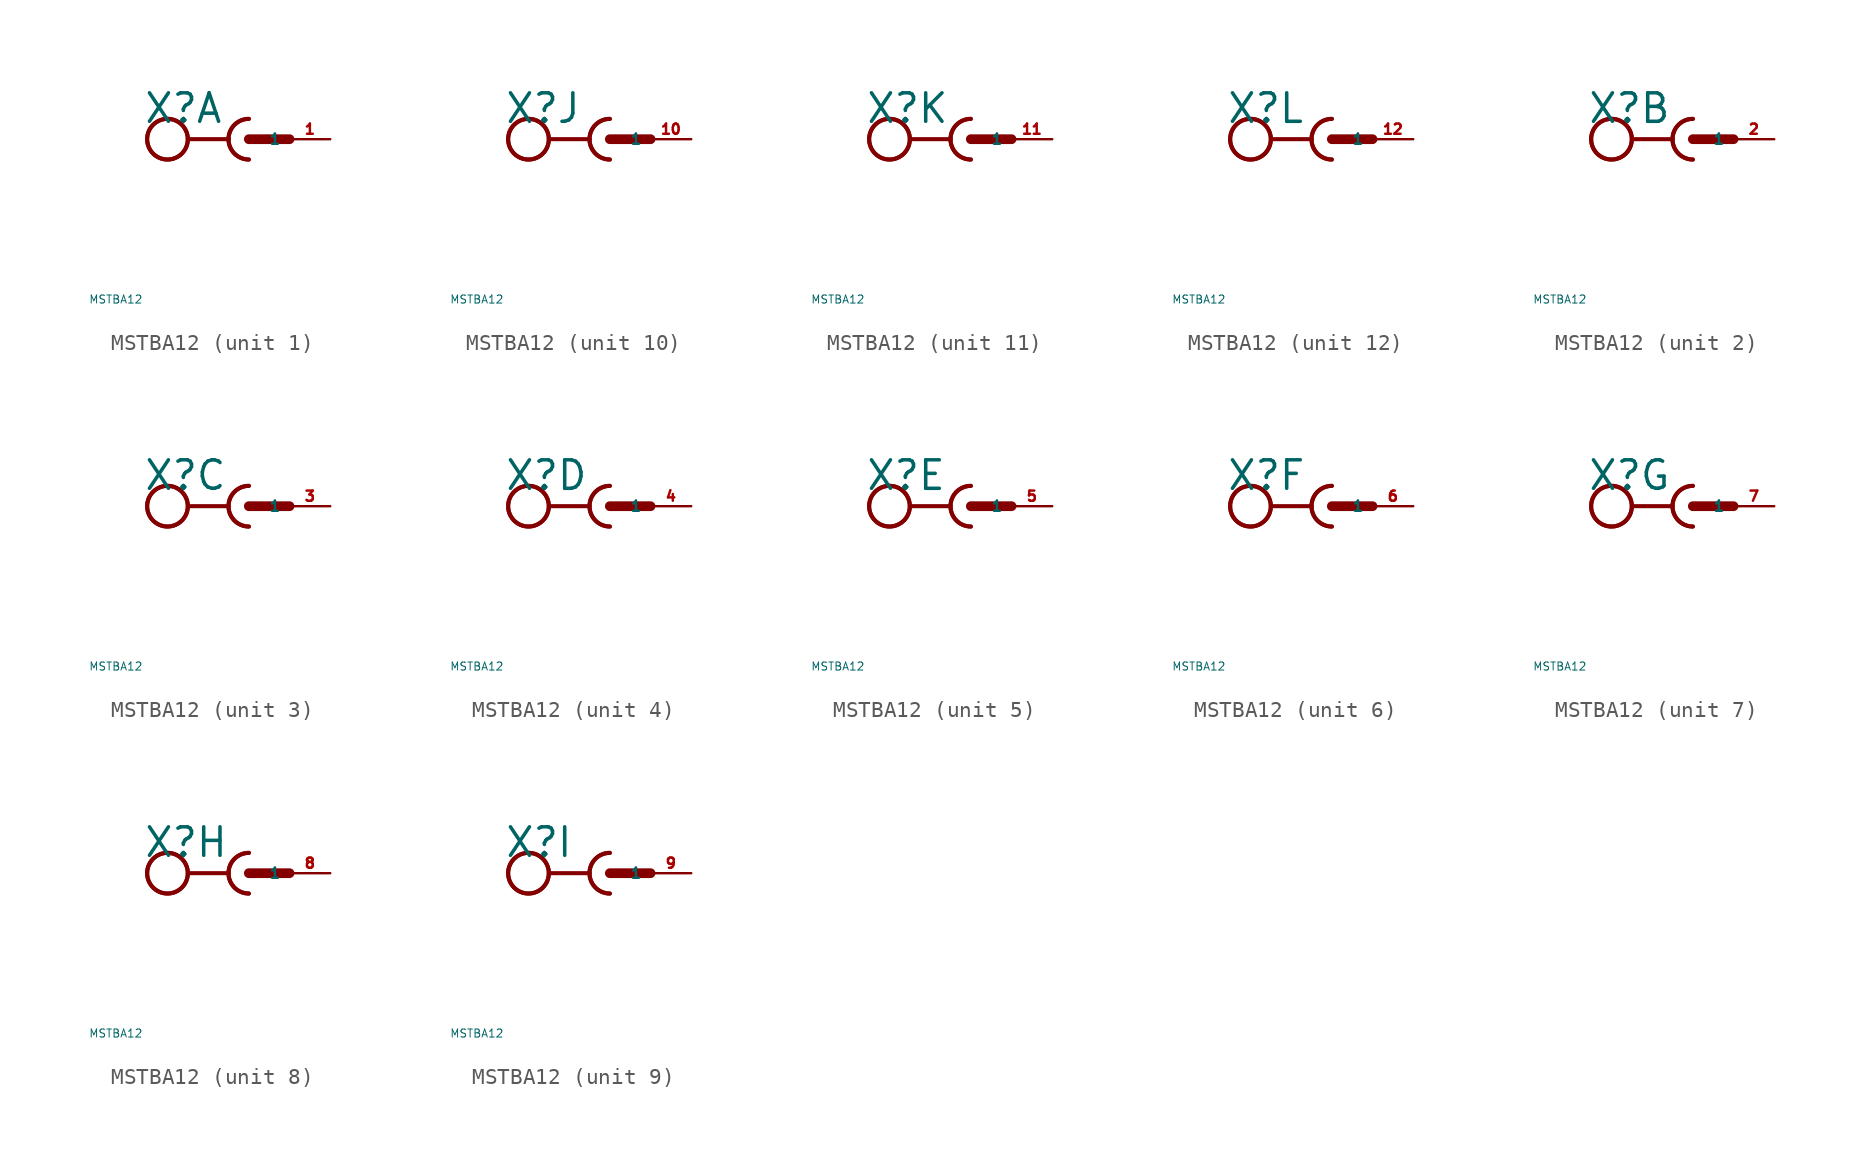
<source format=kicad_sym>
(kicad_symbol_lib
  (version 20220914)
  (generator Eagle2Kicad)
  (symbol "MSTBA12"
    (property "Reference" "X"
      (at -6.604 0.889 0)
      (effects (font (size 1.778 1.778) (thickness 0.22)) (justify left bottom)))
    (property "Value" "MSTBA12"
      (at -10 -10 0)
      (effects (font (size 0.5 0.5) (thickness 0.06)) (justify left)))
    (symbol "MSTBA12_1_0"
      (arc (start -1.27 0) (mid -0.898 -0.898) (end 0 -1.27) (stroke (width 0.254) (type default)) (fill (type none)))
      (arc (start 0 1.27) (mid -0.898 0.898) (end -1.27 0) (stroke (width 0.254) (type default)) (fill (type none)))
      (polyline (pts (xy -3.81 0) (xy -1.27 0)) (stroke (width 0.254) (type default)) (fill (type none)))
      (arc (start 0 1.27) (mid -1.270 0.000) (end 0 -1.27) (stroke (width 0.254) (type default)) (fill (type none)))
      (polyline (pts (xy 0 0) (xy 2.54 0)) (stroke (width 0.61) (type default)) (fill (type none)))
      (circle (center -5.08 0) (radius 1.27) (stroke (width 0.254) (type default)) (fill (type none)))
      (circle (center -5.08 0) (radius 1.27) (stroke (width 0.254) (type default)) (fill (type none)))
      (pin passive line (at 5.08 0 180) (length 2.54) (name "1" (effects (font (size 0.635 0.635) (thickness 0.08)) (justify left bottom))) (number "1" (effects (font (size 0.635 0.635) (thickness 0.08)) (justify left bottom)))))
    (symbol "MSTBA12_2_0"
      (arc (start -1.27 0) (mid -0.898 -0.898) (end 0 -1.27) (stroke (width 0.254) (type default)) (fill (type none)))
      (arc (start 0 1.27) (mid -0.898 0.898) (end -1.27 0) (stroke (width 0.254) (type default)) (fill (type none)))
      (polyline (pts (xy -3.81 0) (xy -1.27 0)) (stroke (width 0.254) (type default)) (fill (type none)))
      (arc (start 0 1.27) (mid -1.270 0.000) (end 0 -1.27) (stroke (width 0.254) (type default)) (fill (type none)))
      (polyline (pts (xy 0 0) (xy 2.54 0)) (stroke (width 0.61) (type default)) (fill (type none)))
      (circle (center -5.08 0) (radius 1.27) (stroke (width 0.254) (type default)) (fill (type none)))
      (circle (center -5.08 0) (radius 1.27) (stroke (width 0.254) (type default)) (fill (type none)))
      (pin passive line (at 5.08 0 180) (length 2.54) (name "1" (effects (font (size 0.635 0.635) (thickness 0.08)) (justify left bottom))) (number "2" (effects (font (size 0.635 0.635) (thickness 0.08)) (justify left bottom)))))
    (symbol "MSTBA12_3_0"
      (arc (start -1.27 0) (mid -0.898 -0.898) (end 0 -1.27) (stroke (width 0.254) (type default)) (fill (type none)))
      (arc (start 0 1.27) (mid -0.898 0.898) (end -1.27 0) (stroke (width 0.254) (type default)) (fill (type none)))
      (polyline (pts (xy -3.81 0) (xy -1.27 0)) (stroke (width 0.254) (type default)) (fill (type none)))
      (arc (start 0 1.27) (mid -1.270 0.000) (end 0 -1.27) (stroke (width 0.254) (type default)) (fill (type none)))
      (polyline (pts (xy 0 0) (xy 2.54 0)) (stroke (width 0.61) (type default)) (fill (type none)))
      (circle (center -5.08 0) (radius 1.27) (stroke (width 0.254) (type default)) (fill (type none)))
      (circle (center -5.08 0) (radius 1.27) (stroke (width 0.254) (type default)) (fill (type none)))
      (pin passive line (at 5.08 0 180) (length 2.54) (name "1" (effects (font (size 0.635 0.635) (thickness 0.08)) (justify left bottom))) (number "3" (effects (font (size 0.635 0.635) (thickness 0.08)) (justify left bottom)))))
    (symbol "MSTBA12_4_0"
      (arc (start -1.27 0) (mid -0.898 -0.898) (end 0 -1.27) (stroke (width 0.254) (type default)) (fill (type none)))
      (arc (start 0 1.27) (mid -0.898 0.898) (end -1.27 0) (stroke (width 0.254) (type default)) (fill (type none)))
      (polyline (pts (xy -3.81 0) (xy -1.27 0)) (stroke (width 0.254) (type default)) (fill (type none)))
      (arc (start 0 1.27) (mid -1.270 0.000) (end 0 -1.27) (stroke (width 0.254) (type default)) (fill (type none)))
      (polyline (pts (xy 0 0) (xy 2.54 0)) (stroke (width 0.61) (type default)) (fill (type none)))
      (circle (center -5.08 0) (radius 1.27) (stroke (width 0.254) (type default)) (fill (type none)))
      (circle (center -5.08 0) (radius 1.27) (stroke (width 0.254) (type default)) (fill (type none)))
      (pin passive line (at 5.08 0 180) (length 2.54) (name "1" (effects (font (size 0.635 0.635) (thickness 0.08)) (justify left bottom))) (number "4" (effects (font (size 0.635 0.635) (thickness 0.08)) (justify left bottom)))))
    (symbol "MSTBA12_5_0"
      (arc (start -1.27 0) (mid -0.898 -0.898) (end 0 -1.27) (stroke (width 0.254) (type default)) (fill (type none)))
      (arc (start 0 1.27) (mid -0.898 0.898) (end -1.27 0) (stroke (width 0.254) (type default)) (fill (type none)))
      (polyline (pts (xy -3.81 0) (xy -1.27 0)) (stroke (width 0.254) (type default)) (fill (type none)))
      (arc (start 0 1.27) (mid -1.270 0.000) (end 0 -1.27) (stroke (width 0.254) (type default)) (fill (type none)))
      (polyline (pts (xy 0 0) (xy 2.54 0)) (stroke (width 0.61) (type default)) (fill (type none)))
      (circle (center -5.08 0) (radius 1.27) (stroke (width 0.254) (type default)) (fill (type none)))
      (circle (center -5.08 0) (radius 1.27) (stroke (width 0.254) (type default)) (fill (type none)))
      (pin passive line (at 5.08 0 180) (length 2.54) (name "1" (effects (font (size 0.635 0.635) (thickness 0.08)) (justify left bottom))) (number "5" (effects (font (size 0.635 0.635) (thickness 0.08)) (justify left bottom)))))
    (symbol "MSTBA12_6_0"
      (arc (start -1.27 0) (mid -0.898 -0.898) (end 0 -1.27) (stroke (width 0.254) (type default)) (fill (type none)))
      (arc (start 0 1.27) (mid -0.898 0.898) (end -1.27 0) (stroke (width 0.254) (type default)) (fill (type none)))
      (polyline (pts (xy -3.81 0) (xy -1.27 0)) (stroke (width 0.254) (type default)) (fill (type none)))
      (arc (start 0 1.27) (mid -1.270 0.000) (end 0 -1.27) (stroke (width 0.254) (type default)) (fill (type none)))
      (polyline (pts (xy 0 0) (xy 2.54 0)) (stroke (width 0.61) (type default)) (fill (type none)))
      (circle (center -5.08 0) (radius 1.27) (stroke (width 0.254) (type default)) (fill (type none)))
      (circle (center -5.08 0) (radius 1.27) (stroke (width 0.254) (type default)) (fill (type none)))
      (pin passive line (at 5.08 0 180) (length 2.54) (name "1" (effects (font (size 0.635 0.635) (thickness 0.08)) (justify left bottom))) (number "6" (effects (font (size 0.635 0.635) (thickness 0.08)) (justify left bottom)))))
    (symbol "MSTBA12_7_0"
      (arc (start -1.27 0) (mid -0.898 -0.898) (end 0 -1.27) (stroke (width 0.254) (type default)) (fill (type none)))
      (arc (start 0 1.27) (mid -0.898 0.898) (end -1.27 0) (stroke (width 0.254) (type default)) (fill (type none)))
      (polyline (pts (xy -3.81 0) (xy -1.27 0)) (stroke (width 0.254) (type default)) (fill (type none)))
      (arc (start 0 1.27) (mid -1.270 0.000) (end 0 -1.27) (stroke (width 0.254) (type default)) (fill (type none)))
      (polyline (pts (xy 0 0) (xy 2.54 0)) (stroke (width 0.61) (type default)) (fill (type none)))
      (circle (center -5.08 0) (radius 1.27) (stroke (width 0.254) (type default)) (fill (type none)))
      (circle (center -5.08 0) (radius 1.27) (stroke (width 0.254) (type default)) (fill (type none)))
      (pin passive line (at 5.08 0 180) (length 2.54) (name "1" (effects (font (size 0.635 0.635) (thickness 0.08)) (justify left bottom))) (number "7" (effects (font (size 0.635 0.635) (thickness 0.08)) (justify left bottom)))))
    (symbol "MSTBA12_8_0"
      (arc (start -1.27 0) (mid -0.898 -0.898) (end 0 -1.27) (stroke (width 0.254) (type default)) (fill (type none)))
      (arc (start 0 1.27) (mid -0.898 0.898) (end -1.27 0) (stroke (width 0.254) (type default)) (fill (type none)))
      (polyline (pts (xy -3.81 0) (xy -1.27 0)) (stroke (width 0.254) (type default)) (fill (type none)))
      (arc (start 0 1.27) (mid -1.270 0.000) (end 0 -1.27) (stroke (width 0.254) (type default)) (fill (type none)))
      (polyline (pts (xy 0 0) (xy 2.54 0)) (stroke (width 0.61) (type default)) (fill (type none)))
      (circle (center -5.08 0) (radius 1.27) (stroke (width 0.254) (type default)) (fill (type none)))
      (circle (center -5.08 0) (radius 1.27) (stroke (width 0.254) (type default)) (fill (type none)))
      (pin passive line (at 5.08 0 180) (length 2.54) (name "1" (effects (font (size 0.635 0.635) (thickness 0.08)) (justify left bottom))) (number "8" (effects (font (size 0.635 0.635) (thickness 0.08)) (justify left bottom)))))
    (symbol "MSTBA12_9_0"
      (arc (start -1.27 0) (mid -0.898 -0.898) (end 0 -1.27) (stroke (width 0.254) (type default)) (fill (type none)))
      (arc (start 0 1.27) (mid -0.898 0.898) (end -1.27 0) (stroke (width 0.254) (type default)) (fill (type none)))
      (polyline (pts (xy -3.81 0) (xy -1.27 0)) (stroke (width 0.254) (type default)) (fill (type none)))
      (arc (start 0 1.27) (mid -1.270 0.000) (end 0 -1.27) (stroke (width 0.254) (type default)) (fill (type none)))
      (polyline (pts (xy 0 0) (xy 2.54 0)) (stroke (width 0.61) (type default)) (fill (type none)))
      (circle (center -5.08 0) (radius 1.27) (stroke (width 0.254) (type default)) (fill (type none)))
      (circle (center -5.08 0) (radius 1.27) (stroke (width 0.254) (type default)) (fill (type none)))
      (pin passive line (at 5.08 0 180) (length 2.54) (name "1" (effects (font (size 0.635 0.635) (thickness 0.08)) (justify left bottom))) (number "9" (effects (font (size 0.635 0.635) (thickness 0.08)) (justify left bottom)))))
    (symbol "MSTBA12_10_0"
      (arc (start -1.27 0) (mid -0.898 -0.898) (end 0 -1.27) (stroke (width 0.254) (type default)) (fill (type none)))
      (arc (start 0 1.27) (mid -0.898 0.898) (end -1.27 0) (stroke (width 0.254) (type default)) (fill (type none)))
      (polyline (pts (xy -3.81 0) (xy -1.27 0)) (stroke (width 0.254) (type default)) (fill (type none)))
      (arc (start 0 1.27) (mid -1.270 0.000) (end 0 -1.27) (stroke (width 0.254) (type default)) (fill (type none)))
      (polyline (pts (xy 0 0) (xy 2.54 0)) (stroke (width 0.61) (type default)) (fill (type none)))
      (circle (center -5.08 0) (radius 1.27) (stroke (width 0.254) (type default)) (fill (type none)))
      (circle (center -5.08 0) (radius 1.27) (stroke (width 0.254) (type default)) (fill (type none)))
      (pin passive line (at 5.08 0 180) (length 2.54) (name "1" (effects (font (size 0.635 0.635) (thickness 0.08)) (justify left bottom))) (number "10" (effects (font (size 0.635 0.635) (thickness 0.08)) (justify left bottom)))))
    (symbol "MSTBA12_11_0"
      (arc (start -1.27 0) (mid -0.898 -0.898) (end 0 -1.27) (stroke (width 0.254) (type default)) (fill (type none)))
      (arc (start 0 1.27) (mid -0.898 0.898) (end -1.27 0) (stroke (width 0.254) (type default)) (fill (type none)))
      (polyline (pts (xy -3.81 0) (xy -1.27 0)) (stroke (width 0.254) (type default)) (fill (type none)))
      (arc (start 0 1.27) (mid -1.270 0.000) (end 0 -1.27) (stroke (width 0.254) (type default)) (fill (type none)))
      (polyline (pts (xy 0 0) (xy 2.54 0)) (stroke (width 0.61) (type default)) (fill (type none)))
      (circle (center -5.08 0) (radius 1.27) (stroke (width 0.254) (type default)) (fill (type none)))
      (circle (center -5.08 0) (radius 1.27) (stroke (width 0.254) (type default)) (fill (type none)))
      (pin passive line (at 5.08 0 180) (length 2.54) (name "1" (effects (font (size 0.635 0.635) (thickness 0.08)) (justify left bottom))) (number "11" (effects (font (size 0.635 0.635) (thickness 0.08)) (justify left bottom)))))
    (symbol "MSTBA12_12_0"
      (arc (start -1.27 0) (mid -0.898 -0.898) (end 0 -1.27) (stroke (width 0.254) (type default)) (fill (type none)))
      (arc (start 0 1.27) (mid -0.898 0.898) (end -1.27 0) (stroke (width 0.254) (type default)) (fill (type none)))
      (polyline (pts (xy -3.81 0) (xy -1.27 0)) (stroke (width 0.254) (type default)) (fill (type none)))
      (arc (start 0 1.27) (mid -1.270 0.000) (end 0 -1.27) (stroke (width 0.254) (type default)) (fill (type none)))
      (polyline (pts (xy 0 0) (xy 2.54 0)) (stroke (width 0.61) (type default)) (fill (type none)))
      (circle (center -5.08 0) (radius 1.27) (stroke (width 0.254) (type default)) (fill (type none)))
      (circle (center -5.08 0) (radius 1.27) (stroke (width 0.254) (type default)) (fill (type none)))
      (pin passive line (at 5.08 0 180) (length 2.54) (name "1" (effects (font (size 0.635 0.635) (thickness 0.08)) (justify left bottom))) (number "12" (effects (font (size 0.635 0.635) (thickness 0.08)) (justify left bottom)))))))
</source>
